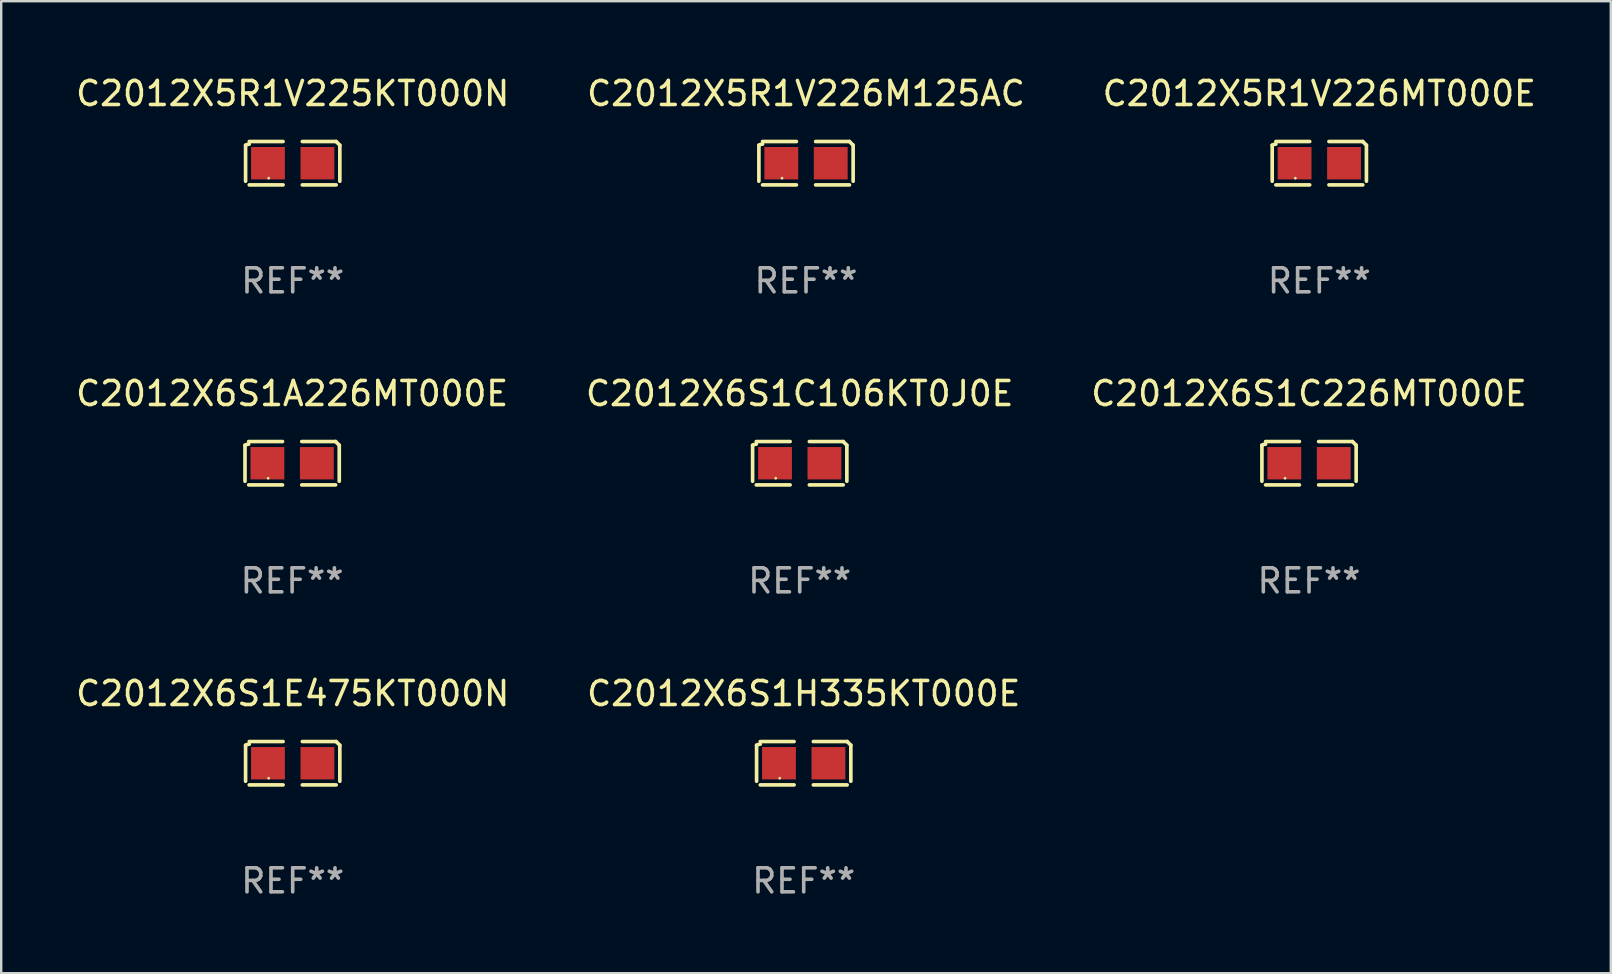
<source format=kicad_pcb>
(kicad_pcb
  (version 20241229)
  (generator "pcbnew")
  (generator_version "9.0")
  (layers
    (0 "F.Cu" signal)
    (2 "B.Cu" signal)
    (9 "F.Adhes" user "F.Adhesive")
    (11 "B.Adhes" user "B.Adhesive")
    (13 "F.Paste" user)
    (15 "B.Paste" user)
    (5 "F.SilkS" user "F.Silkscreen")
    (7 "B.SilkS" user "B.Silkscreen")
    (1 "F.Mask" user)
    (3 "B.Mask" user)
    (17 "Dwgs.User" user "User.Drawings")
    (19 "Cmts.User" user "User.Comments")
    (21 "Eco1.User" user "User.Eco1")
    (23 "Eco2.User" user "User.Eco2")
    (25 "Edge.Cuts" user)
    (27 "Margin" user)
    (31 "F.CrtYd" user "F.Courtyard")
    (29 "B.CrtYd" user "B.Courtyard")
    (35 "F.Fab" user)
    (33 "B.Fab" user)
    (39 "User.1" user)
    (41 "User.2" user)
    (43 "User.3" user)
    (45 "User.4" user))
  (footprint "C2012X5R1V225KT000N"
    (layer "F.Cu")
    (at 9.149 3.752)
    (property "Reference" "C2012X5R1V225KT000N" (at 0 -2.904 0) (layer "F.SilkS") (effects (font (size 1 1) (thickness 0.15))))
    (attr through_hole)
    (fp_line (start -1.964 0.751) (end -1.964 -0.751) (stroke (width 0.152) (type solid)) (layer "F.SilkS"))
    (fp_line (start -1.811 -0.904) (end -0.401 -0.904) (stroke (width 0.152) (type solid)) (layer "F.SilkS"))
    (fp_line (start -0.401 0.904) (end -1.811 0.904) (stroke (width 0.152) (type solid)) (layer "F.SilkS"))
    (fp_line (start 0.401 0.904) (end 1.811 0.904) (stroke (width 0.152) (type solid)) (layer "F.SilkS"))
    (fp_line (start 1.811 -0.904) (end 0.401 -0.904) (stroke (width 0.152) (type solid)) (layer "F.SilkS"))
    (fp_line (start 1.964 0.751) (end 1.964 -0.751) (stroke (width 0.152) (type solid)) (layer "F.SilkS"))
    (fp_arc (start -1.963602 -0.751207) (mid -1.890354 -0.783131) (end -1.811201 -0.794044) (stroke (width 0.1524) (type solid)) (layer "F.SilkS"))
    (fp_arc (start 1.811202 -0.903607) (mid 1.887413 -0.827418) (end 1.963602 -0.751207) (stroke (width 0.1524) (type solid)) (layer "F.SilkS"))
    (fp_circle (center -1 0.625) (end -0.97 0.625) (stroke (width 0.06) (type solid)) (fill no) (layer "F.SilkS"))
    (fp_text user "REF**" (at 0 4.904 0) (layer "F.Fab") (effects (font (size 1 1) (thickness 0.15))))
    (pad "1" smd rect (at -1.03 0) (size 1.41 1.35) (layers "F.Cu" "F.Mask" "F.Paste"))
    (pad "2" smd rect (at 1.03 0) (size 1.41 1.35) (layers "F.Cu" "F.Mask" "F.Paste")))
  (footprint "C2012X6S1C106KT0J0E"
    (layer "F.Cu")
    (at 30.28 16.256)
    (property "Reference" "C2012X6S1C106KT0J0E" (at 0 -2.904 0) (layer "F.SilkS") (effects (font (size 1 1) (thickness 0.15))))
    (attr through_hole)
    (fp_line (start -1.964 0.751) (end -1.964 -0.751) (stroke (width 0.152) (type solid)) (layer "F.SilkS"))
    (fp_line (start -1.811 -0.904) (end -0.401 -0.904) (stroke (width 0.152) (type solid)) (layer "F.SilkS"))
    (fp_line (start -0.401 0.904) (end -1.811 0.904) (stroke (width 0.152) (type solid)) (layer "F.SilkS"))
    (fp_line (start 0.401 0.904) (end 1.811 0.904) (stroke (width 0.152) (type solid)) (layer "F.SilkS"))
    (fp_line (start 1.811 -0.904) (end 0.401 -0.904) (stroke (width 0.152) (type solid)) (layer "F.SilkS"))
    (fp_line (start 1.964 0.751) (end 1.964 -0.751) (stroke (width 0.152) (type solid)) (layer "F.SilkS"))
    (fp_arc (start -1.963602 -0.751207) (mid -1.890354 -0.783131) (end -1.811201 -0.794044) (stroke (width 0.1524) (type solid)) (layer "F.SilkS"))
    (fp_arc (start 1.811202 -0.903607) (mid 1.887413 -0.827418) (end 1.963602 -0.751207) (stroke (width 0.1524) (type solid)) (layer "F.SilkS"))
    (fp_circle (center -1 0.625) (end -0.97 0.625) (stroke (width 0.06) (type solid)) (fill no) (layer "F.SilkS"))
    (fp_text user "REF**" (at 0 4.904 0) (layer "F.Fab") (effects (font (size 1 1) (thickness 0.15))))
    (pad "1" smd rect (at -1.03 0) (size 1.41 1.35) (layers "F.Cu" "F.Mask" "F.Paste"))
    (pad "2" smd rect (at 1.03 0) (size 1.41 1.35) (layers "F.Cu" "F.Mask" "F.Paste")))
  (footprint "C2012X5R1V226MT000E"
    (layer "F.Cu")
    (at 51.935 3.752)
    (property "Reference" "C2012X5R1V226MT000E" (at 0 -2.904 0) (layer "F.SilkS") (effects (font (size 1 1) (thickness 0.15))))
    (attr through_hole)
    (fp_line (start -1.964 0.751) (end -1.964 -0.751) (stroke (width 0.152) (type solid)) (layer "F.SilkS"))
    (fp_line (start -1.811 -0.904) (end -0.401 -0.904) (stroke (width 0.152) (type solid)) (layer "F.SilkS"))
    (fp_line (start -0.401 0.904) (end -1.811 0.904) (stroke (width 0.152) (type solid)) (layer "F.SilkS"))
    (fp_line (start 0.401 0.904) (end 1.811 0.904) (stroke (width 0.152) (type solid)) (layer "F.SilkS"))
    (fp_line (start 1.811 -0.904) (end 0.401 -0.904) (stroke (width 0.152) (type solid)) (layer "F.SilkS"))
    (fp_line (start 1.964 0.751) (end 1.964 -0.751) (stroke (width 0.152) (type solid)) (layer "F.SilkS"))
    (fp_arc (start -1.963602 -0.751207) (mid -1.890354 -0.783131) (end -1.811201 -0.794044) (stroke (width 0.1524) (type solid)) (layer "F.SilkS"))
    (fp_arc (start 1.811202 -0.903607) (mid 1.887413 -0.827418) (end 1.963602 -0.751207) (stroke (width 0.1524) (type solid)) (layer "F.SilkS"))
    (fp_circle (center -1 0.625) (end -0.97 0.625) (stroke (width 0.06) (type solid)) (fill no) (layer "F.SilkS"))
    (fp_text user "REF**" (at 0 4.904 0) (layer "F.Fab") (effects (font (size 1 1) (thickness 0.15))))
    (pad "1" smd rect (at -1.03 0) (size 1.41 1.35) (layers "F.Cu" "F.Mask" "F.Paste"))
    (pad "2" smd rect (at 1.03 0) (size 1.41 1.35) (layers "F.Cu" "F.Mask" "F.Paste")))
  (footprint "C2012X5R1V226M125AC"
    (layer "F.Cu")
    (at 30.542 3.752)
    (property "Reference" "C2012X5R1V226M125AC" (at 0 -2.904 0) (layer "F.SilkS") (effects (font (size 1 1) (thickness 0.15))))
    (attr through_hole)
    (fp_line (start -1.964 0.751) (end -1.964 -0.751) (stroke (width 0.152) (type solid)) (layer "F.SilkS"))
    (fp_line (start -1.811 -0.904) (end -0.401 -0.904) (stroke (width 0.152) (type solid)) (layer "F.SilkS"))
    (fp_line (start -0.401 0.904) (end -1.811 0.904) (stroke (width 0.152) (type solid)) (layer "F.SilkS"))
    (fp_line (start 0.401 0.904) (end 1.811 0.904) (stroke (width 0.152) (type solid)) (layer "F.SilkS"))
    (fp_line (start 1.811 -0.904) (end 0.401 -0.904) (stroke (width 0.152) (type solid)) (layer "F.SilkS"))
    (fp_line (start 1.964 0.751) (end 1.964 -0.751) (stroke (width 0.152) (type solid)) (layer "F.SilkS"))
    (fp_arc (start -1.963602 -0.751207) (mid -1.890354 -0.783131) (end -1.811201 -0.794044) (stroke (width 0.1524) (type solid)) (layer "F.SilkS"))
    (fp_arc (start 1.811202 -0.903607) (mid 1.887413 -0.827418) (end 1.963602 -0.751207) (stroke (width 0.1524) (type solid)) (layer "F.SilkS"))
    (fp_circle (center -1 0.625) (end -0.97 0.625) (stroke (width 0.06) (type solid)) (fill no) (layer "F.SilkS"))
    (fp_text user "REF**" (at 0 4.904 0) (layer "F.Fab") (effects (font (size 1 1) (thickness 0.15))))
    (pad "1" smd rect (at -1.03 0) (size 1.41 1.35) (layers "F.Cu" "F.Mask" "F.Paste"))
    (pad "2" smd rect (at 1.03 0) (size 1.41 1.35) (layers "F.Cu" "F.Mask" "F.Paste")))
  (footprint "C2012X6S1E475KT000N"
    (layer "F.Cu")
    (at 9.149 28.759)
    (property "Reference" "C2012X6S1E475KT000N" (at 0 -2.904 0) (layer "F.SilkS") (effects (font (size 1 1) (thickness 0.15))))
    (attr through_hole)
    (fp_line (start -1.964 0.751) (end -1.964 -0.751) (stroke (width 0.152) (type solid)) (layer "F.SilkS"))
    (fp_line (start -1.811 -0.904) (end -0.401 -0.904) (stroke (width 0.152) (type solid)) (layer "F.SilkS"))
    (fp_line (start -0.401 0.904) (end -1.811 0.904) (stroke (width 0.152) (type solid)) (layer "F.SilkS"))
    (fp_line (start 0.401 0.904) (end 1.811 0.904) (stroke (width 0.152) (type solid)) (layer "F.SilkS"))
    (fp_line (start 1.811 -0.904) (end 0.401 -0.904) (stroke (width 0.152) (type solid)) (layer "F.SilkS"))
    (fp_line (start 1.964 0.751) (end 1.964 -0.751) (stroke (width 0.152) (type solid)) (layer "F.SilkS"))
    (fp_arc (start -1.963602 -0.751207) (mid -1.890354 -0.783131) (end -1.811201 -0.794044) (stroke (width 0.1524) (type solid)) (layer "F.SilkS"))
    (fp_arc (start 1.811202 -0.903607) (mid 1.887413 -0.827418) (end 1.963602 -0.751207) (stroke (width 0.1524) (type solid)) (layer "F.SilkS"))
    (fp_circle (center -1 0.625) (end -0.97 0.625) (stroke (width 0.06) (type solid)) (fill no) (layer "F.SilkS"))
    (fp_text user "REF**" (at 0 4.904 0) (layer "F.Fab") (effects (font (size 1 1) (thickness 0.15))))
    (pad "1" smd rect (at -1.03 0) (size 1.41 1.35) (layers "F.Cu" "F.Mask" "F.Paste"))
    (pad "2" smd rect (at 1.03 0) (size 1.41 1.35) (layers "F.Cu" "F.Mask" "F.Paste")))
  (footprint "C2012X6S1H335KT000E"
    (layer "F.Cu")
    (at 30.446 28.759)
    (property "Reference" "C2012X6S1H335KT000E" (at 0 -2.904 0) (layer "F.SilkS") (effects (font (size 1 1) (thickness 0.15))))
    (attr through_hole)
    (fp_line (start -1.964 0.751) (end -1.964 -0.751) (stroke (width 0.152) (type solid)) (layer "F.SilkS"))
    (fp_line (start -1.811 -0.904) (end -0.401 -0.904) (stroke (width 0.152) (type solid)) (layer "F.SilkS"))
    (fp_line (start -0.401 0.904) (end -1.811 0.904) (stroke (width 0.152) (type solid)) (layer "F.SilkS"))
    (fp_line (start 0.401 0.904) (end 1.811 0.904) (stroke (width 0.152) (type solid)) (layer "F.SilkS"))
    (fp_line (start 1.811 -0.904) (end 0.401 -0.904) (stroke (width 0.152) (type solid)) (layer "F.SilkS"))
    (fp_line (start 1.964 0.751) (end 1.964 -0.751) (stroke (width 0.152) (type solid)) (layer "F.SilkS"))
    (fp_arc (start -1.963602 -0.751207) (mid -1.890354 -0.783131) (end -1.811201 -0.794044) (stroke (width 0.1524) (type solid)) (layer "F.SilkS"))
    (fp_arc (start 1.811202 -0.903607) (mid 1.887413 -0.827418) (end 1.963602 -0.751207) (stroke (width 0.1524) (type solid)) (layer "F.SilkS"))
    (fp_circle (center -1 0.625) (end -0.97 0.625) (stroke (width 0.06) (type solid)) (fill no) (layer "F.SilkS"))
    (fp_text user "REF**" (at 0 4.904 0) (layer "F.Fab") (effects (font (size 1 1) (thickness 0.15))))
    (pad "1" smd rect (at -1.03 0) (size 1.41 1.35) (layers "F.Cu" "F.Mask" "F.Paste"))
    (pad "2" smd rect (at 1.03 0) (size 1.41 1.35) (layers "F.Cu" "F.Mask" "F.Paste")))
  (footprint "C2012X6S1A226MT000E"
    (layer "F.Cu")
    (at 9.125 16.256)
    (property "Reference" "C2012X6S1A226MT000E" (at 0 -2.904 0) (layer "F.SilkS") (effects (font (size 1 1) (thickness 0.15))))
    (attr through_hole)
    (fp_line (start -1.964 0.751) (end -1.964 -0.751) (stroke (width 0.152) (type solid)) (layer "F.SilkS"))
    (fp_line (start -1.811 -0.904) (end -0.401 -0.904) (stroke (width 0.152) (type solid)) (layer "F.SilkS"))
    (fp_line (start -0.401 0.904) (end -1.811 0.904) (stroke (width 0.152) (type solid)) (layer "F.SilkS"))
    (fp_line (start 0.401 0.904) (end 1.811 0.904) (stroke (width 0.152) (type solid)) (layer "F.SilkS"))
    (fp_line (start 1.811 -0.904) (end 0.401 -0.904) (stroke (width 0.152) (type solid)) (layer "F.SilkS"))
    (fp_line (start 1.964 0.751) (end 1.964 -0.751) (stroke (width 0.152) (type solid)) (layer "F.SilkS"))
    (fp_arc (start -1.963602 -0.751207) (mid -1.890354 -0.783131) (end -1.811201 -0.794044) (stroke (width 0.1524) (type solid)) (layer "F.SilkS"))
    (fp_arc (start 1.811202 -0.903607) (mid 1.887413 -0.827418) (end 1.963602 -0.751207) (stroke (width 0.1524) (type solid)) (layer "F.SilkS"))
    (fp_circle (center -1 0.625) (end -0.97 0.625) (stroke (width 0.06) (type solid)) (fill no) (layer "F.SilkS"))
    (fp_text user "REF**" (at 0 4.904 0) (layer "F.Fab") (effects (font (size 1 1) (thickness 0.15))))
    (pad "1" smd rect (at -1.03 0) (size 1.41 1.35) (layers "F.Cu" "F.Mask" "F.Paste"))
    (pad "2" smd rect (at 1.03 0) (size 1.41 1.35) (layers "F.Cu" "F.Mask" "F.Paste")))
  (footprint "C2012X6S1C226MT000E"
    (layer "F.Cu")
    (at 51.506 16.256)
    (property "Reference" "C2012X6S1C226MT000E" (at 0 -2.904 0) (layer "F.SilkS") (effects (font (size 1 1) (thickness 0.15))))
    (attr through_hole)
    (fp_line (start -1.964 0.751) (end -1.964 -0.751) (stroke (width 0.152) (type solid)) (layer "F.SilkS"))
    (fp_line (start -1.811 -0.904) (end -0.401 -0.904) (stroke (width 0.152) (type solid)) (layer "F.SilkS"))
    (fp_line (start -0.401 0.904) (end -1.811 0.904) (stroke (width 0.152) (type solid)) (layer "F.SilkS"))
    (fp_line (start 0.401 0.904) (end 1.811 0.904) (stroke (width 0.152) (type solid)) (layer "F.SilkS"))
    (fp_line (start 1.811 -0.904) (end 0.401 -0.904) (stroke (width 0.152) (type solid)) (layer "F.SilkS"))
    (fp_line (start 1.964 0.751) (end 1.964 -0.751) (stroke (width 0.152) (type solid)) (layer "F.SilkS"))
    (fp_arc (start -1.963602 -0.751207) (mid -1.890354 -0.783131) (end -1.811201 -0.794044) (stroke (width 0.1524) (type solid)) (layer "F.SilkS"))
    (fp_arc (start 1.811202 -0.903607) (mid 1.887413 -0.827418) (end 1.963602 -0.751207) (stroke (width 0.1524) (type solid)) (layer "F.SilkS"))
    (fp_circle (center -1 0.625) (end -0.97 0.625) (stroke (width 0.06) (type solid)) (fill no) (layer "F.SilkS"))
    (fp_text user "REF**" (at 0 4.904 0) (layer "F.Fab") (effects (font (size 1 1) (thickness 0.15))))
    (pad "1" smd rect (at -1.03 0) (size 1.41 1.35) (layers "F.Cu" "F.Mask" "F.Paste"))
    (pad "2" smd rect (at 1.03 0) (size 1.41 1.35) (layers "F.Cu" "F.Mask" "F.Paste")))
  (gr_rect
    (start -3 -3)
    (end 64.083 37.511)
    (stroke (width 0.1) (type default))
    (fill no)
    (layer "Edge.Cuts")))
</source>
